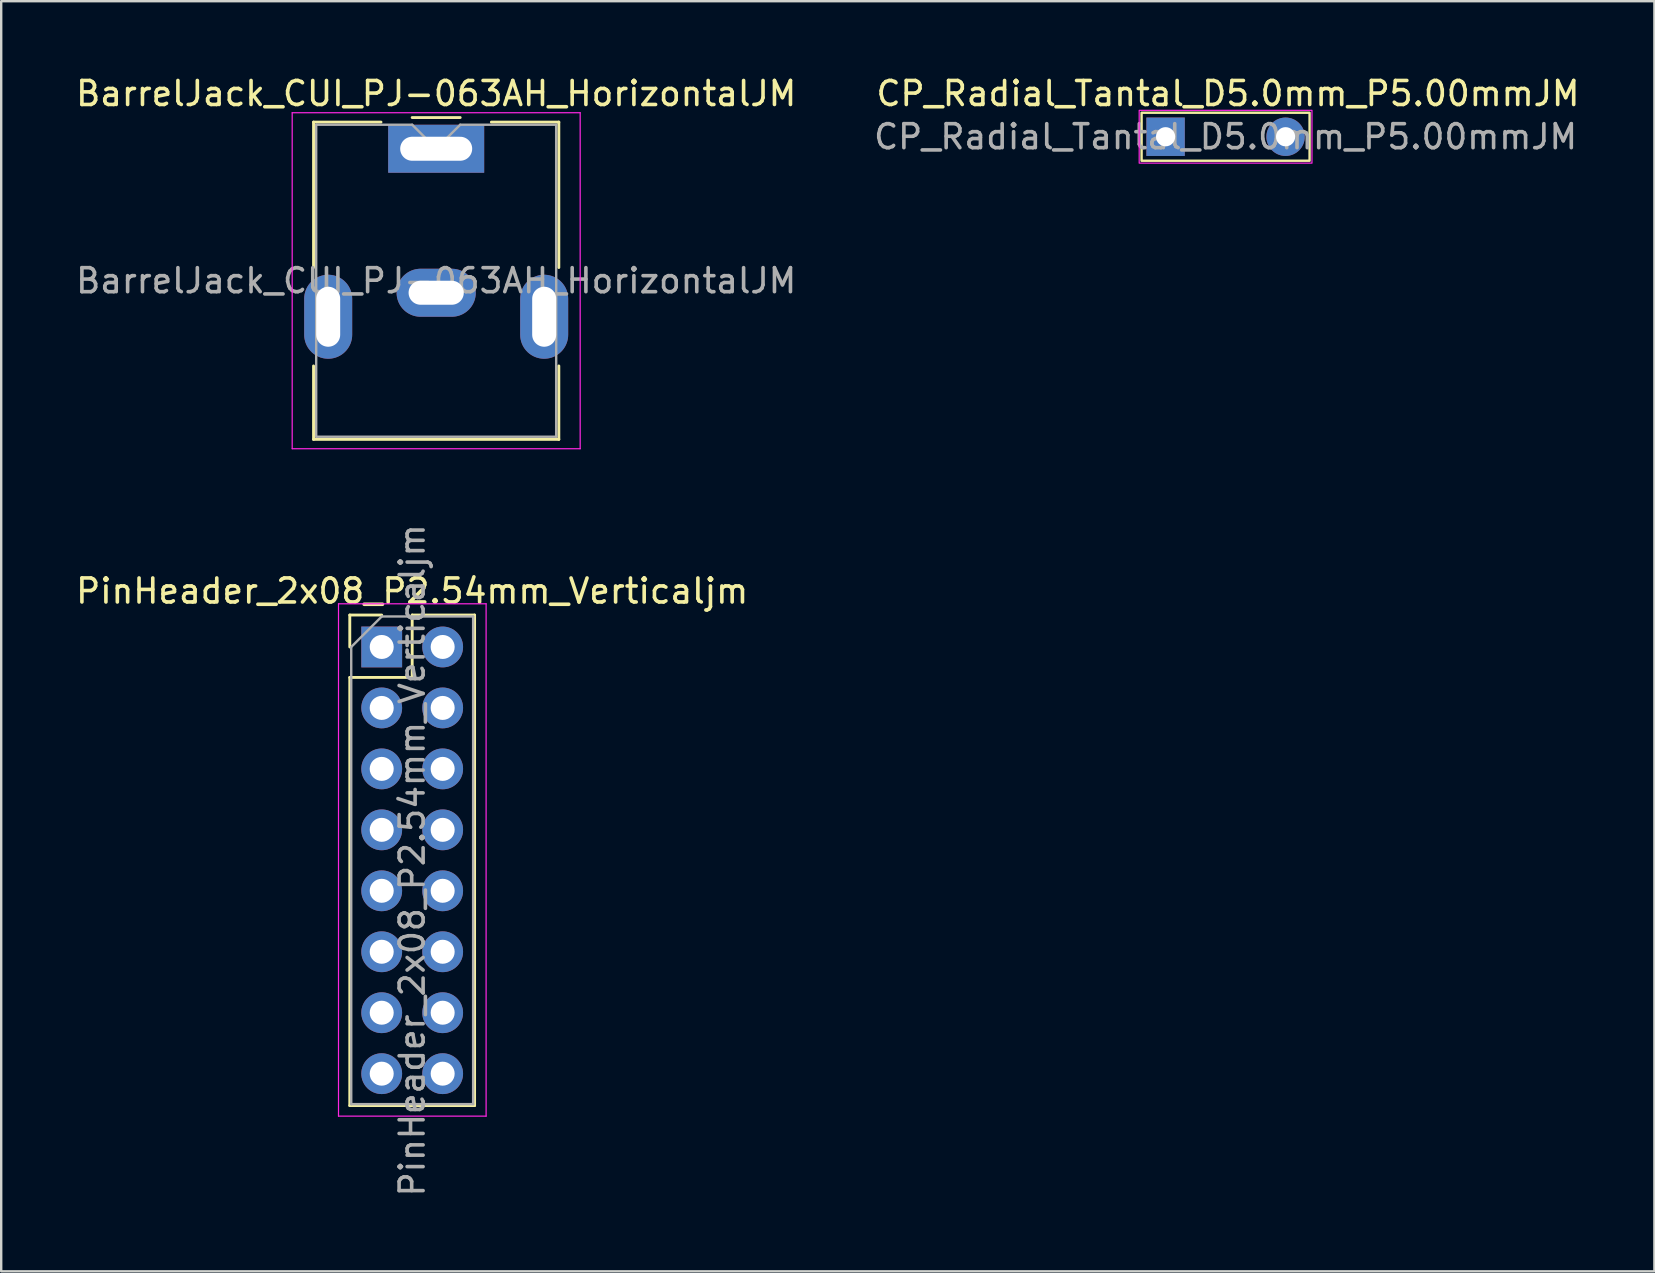
<source format=kicad_pcb>
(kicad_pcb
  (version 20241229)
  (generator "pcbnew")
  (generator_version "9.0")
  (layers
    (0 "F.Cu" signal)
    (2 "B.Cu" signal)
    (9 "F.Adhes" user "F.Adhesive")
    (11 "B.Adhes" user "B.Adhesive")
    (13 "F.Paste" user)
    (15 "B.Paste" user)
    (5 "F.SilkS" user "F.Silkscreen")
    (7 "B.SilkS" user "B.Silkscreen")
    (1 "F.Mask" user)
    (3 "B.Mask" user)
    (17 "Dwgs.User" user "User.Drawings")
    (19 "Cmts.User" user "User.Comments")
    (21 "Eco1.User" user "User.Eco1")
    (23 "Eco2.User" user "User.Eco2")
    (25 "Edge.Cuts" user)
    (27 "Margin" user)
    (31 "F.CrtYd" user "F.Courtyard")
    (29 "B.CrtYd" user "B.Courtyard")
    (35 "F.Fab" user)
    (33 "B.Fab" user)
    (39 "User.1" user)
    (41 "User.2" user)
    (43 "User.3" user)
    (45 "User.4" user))
  (footprint "BarrelJack_CUI_PJ-063AH_HorizontalJM"
    (layer "F.Cu")
    (at 15.125 3.148)
    (property "Reference" "BarrelJack_CUI_PJ-063AH_HorizontalJM" (at 0 -2.3 0) (layer "F.SilkS") (effects (font (size 1 1) (thickness 0.15))))
    (attr through_hole)
    (fp_line (start -5.11 -1.11) (end -2.3 -1.11) (stroke (width 0.12) (type solid)) (layer "F.SilkS"))
    (fp_line (start -5.11 4.95) (end -5.11 -1.11) (stroke (width 0.12) (type solid)) (layer "F.SilkS"))
    (fp_line (start -5.11 12.11) (end -5.11 9.05) (stroke (width 0.12) (type solid)) (layer "F.SilkS"))
    (fp_line (start -1 -1.3) (end 1 -1.3) (stroke (width 0.12) (type solid)) (layer "F.SilkS"))
    (fp_line (start 2.3 -1.11) (end 5.11 -1.11) (stroke (width 0.12) (type solid)) (layer "F.SilkS"))
    (fp_line (start 5.11 -1.11) (end 5.11 4.95) (stroke (width 0.12) (type solid)) (layer "F.SilkS"))
    (fp_line (start 5.11 9.05) (end 5.11 12.11) (stroke (width 0.12) (type solid)) (layer "F.SilkS"))
    (fp_line (start 5.11 12.11) (end -5.11 12.11) (stroke (width 0.12) (type solid)) (layer "F.SilkS"))
    (fp_line (start -6 -1.5) (end -6 12.5) (stroke (width 0.05) (type solid)) (layer "F.CrtYd"))
    (fp_line (start -6 12.5) (end 6 12.5) (stroke (width 0.05) (type solid)) (layer "F.CrtYd"))
    (fp_line (start 6 -1.5) (end -6 -1.5) (stroke (width 0.05) (type solid)) (layer "F.CrtYd"))
    (fp_line (start 6 12.5) (end 6 -1.5) (stroke (width 0.05) (type solid)) (layer "F.CrtYd"))
    (fp_line (start -5 -1) (end -1 -1) (stroke (width 0.1) (type solid)) (layer "F.Fab"))
    (fp_line (start -5 12) (end -5 -1) (stroke (width 0.1) (type solid)) (layer "F.Fab"))
    (fp_line (start -1 -1) (end 0 0) (stroke (width 0.1) (type solid)) (layer "F.Fab"))
    (fp_line (start 0 0) (end 1 -1) (stroke (width 0.1) (type solid)) (layer "F.Fab"))
    (fp_line (start 1 -1) (end 5 -1) (stroke (width 0.1) (type solid)) (layer "F.Fab"))
    (fp_line (start 5 -1) (end 5 12) (stroke (width 0.1) (type solid)) (layer "F.Fab"))
    (fp_line (start 5 12) (end -5 12) (stroke (width 0.1) (type solid)) (layer "F.Fab"))
    (fp_text user "${REFERENCE}" (at 0 5.5 0) (layer "F.Fab") (effects (font (size 1 1) (thickness 0.15))))
    (pad "1" thru_hole rect (at 0 0) (size 4 2) (drill oval 3 1) (layers "*.Cu" "*.Mask"))
    (pad "2" thru_hole oval (at 0 6) (size 3.3 2) (drill oval 2.3 1) (layers "*.Cu" "*.Mask"))
    (pad "MP" thru_hole oval (at -4.5 7) (size 2 3.5) (drill oval 1 2.5) (layers "*.Cu" "*.Mask"))
    (pad "MP" thru_hole oval (at 4.5 7) (size 2 3.5) (drill oval 1 2.5) (layers "*.Cu" "*.Mask")))
  (footprint "PinHeader_2x08_P2.54mm_Verticaljm"
    (layer "F.Cu")
    (at 12.855 23.908)
    (property "Reference" "PinHeader_2x08_P2.54mm_Verticaljm" (at 1.27 -2.33 0) (layer "F.SilkS") (effects (font (size 1 1) (thickness 0.15))))
    (attr through_hole)
    (fp_line (start -1.33 -1.33) (end 0 -1.33) (stroke (width 0.12) (type solid)) (layer "F.SilkS"))
    (fp_line (start -1.33 0) (end -1.33 -1.33) (stroke (width 0.12) (type solid)) (layer "F.SilkS"))
    (fp_line (start -1.33 1.27) (end -1.33 19.11) (stroke (width 0.12) (type solid)) (layer "F.SilkS"))
    (fp_line (start -1.33 1.27) (end 1.27 1.27) (stroke (width 0.12) (type solid)) (layer "F.SilkS"))
    (fp_line (start -1.33 19.11) (end 3.87 19.11) (stroke (width 0.12) (type solid)) (layer "F.SilkS"))
    (fp_line (start 1.27 -1.33) (end 3.87 -1.33) (stroke (width 0.12) (type solid)) (layer "F.SilkS"))
    (fp_line (start 1.27 1.27) (end 1.27 -1.33) (stroke (width 0.12) (type solid)) (layer "F.SilkS"))
    (fp_line (start 3.87 -1.33) (end 3.87 19.11) (stroke (width 0.12) (type solid)) (layer "F.SilkS"))
    (fp_line (start -1.8 -1.8) (end -1.8 19.55) (stroke (width 0.05) (type solid)) (layer "F.CrtYd"))
    (fp_line (start -1.8 19.55) (end 4.35 19.55) (stroke (width 0.05) (type solid)) (layer "F.CrtYd"))
    (fp_line (start 4.35 -1.8) (end -1.8 -1.8) (stroke (width 0.05) (type solid)) (layer "F.CrtYd"))
    (fp_line (start 4.35 19.55) (end 4.35 -1.8) (stroke (width 0.05) (type solid)) (layer "F.CrtYd"))
    (fp_line (start -1.27 0) (end 0 -1.27) (stroke (width 0.1) (type solid)) (layer "F.Fab"))
    (fp_line (start -1.27 19.05) (end -1.27 0) (stroke (width 0.1) (type solid)) (layer "F.Fab"))
    (fp_line (start 0 -1.27) (end 3.81 -1.27) (stroke (width 0.1) (type solid)) (layer "F.Fab"))
    (fp_line (start 3.81 -1.27) (end 3.81 19.05) (stroke (width 0.1) (type solid)) (layer "F.Fab"))
    (fp_line (start 3.81 19.05) (end -1.27 19.05) (stroke (width 0.1) (type solid)) (layer "F.Fab"))
    (fp_text user "${REFERENCE}" (at 1.27 8.89 90) (layer "F.Fab") (effects (font (size 1 1) (thickness 0.15))))
    (pad "1" thru_hole oval (at 2.54 0) (size 1.7 1.7) (drill 1) (layers "*.Cu" "*.Mask"))
    (pad "2" thru_hole rect (at 0 0) (size 1.7 1.7) (drill 1) (layers "*.Cu" "*.Mask"))
    (pad "3" thru_hole oval (at 2.54 2.54) (size 1.7 1.7) (drill 1) (layers "*.Cu" "*.Mask"))
    (pad "4" thru_hole oval (at 0 2.54) (size 1.7 1.7) (drill 1) (layers "*.Cu" "*.Mask"))
    (pad "5" thru_hole oval (at 2.54 5.08) (size 1.7 1.7) (drill 1) (layers "*.Cu" "*.Mask"))
    (pad "6" thru_hole oval (at 0 5.08) (size 1.7 1.7) (drill 1) (layers "*.Cu" "*.Mask"))
    (pad "7" thru_hole oval (at 2.54 7.62) (size 1.7 1.7) (drill 1) (layers "*.Cu" "*.Mask"))
    (pad "8" thru_hole oval (at 0 7.62) (size 1.7 1.7) (drill 1) (layers "*.Cu" "*.Mask"))
    (pad "9" thru_hole oval (at 2.54 10.16) (size 1.7 1.7) (drill 1) (layers "*.Cu" "*.Mask"))
    (pad "10" thru_hole oval (at 0 10.16) (size 1.7 1.7) (drill 1) (layers "*.Cu" "*.Mask"))
    (pad "11" thru_hole oval (at 2.54 12.7) (size 1.7 1.7) (drill 1) (layers "*.Cu" "*.Mask"))
    (pad "12" thru_hole oval (at 0 12.7) (size 1.7 1.7) (drill 1) (layers "*.Cu" "*.Mask"))
    (pad "13" thru_hole oval (at 2.54 15.24) (size 1.7 1.7) (drill 1) (layers "*.Cu" "*.Mask"))
    (pad "14" thru_hole oval (at 0 15.24) (size 1.7 1.7) (drill 1) (layers "*.Cu" "*.Mask"))
    (pad "15" thru_hole oval (at 2.54 17.78) (size 1.7 1.7) (drill 1) (layers "*.Cu" "*.Mask"))
    (pad "16" thru_hole oval (at 0 17.78) (size 1.7 1.7) (drill 1) (layers "*.Cu" "*.Mask")))
  (footprint "CP_Radial_Tantal_D5.0mm_P5.00mmJM"
    (layer "F.Cu")
    (at 45.518 2.648)
    (property "Reference" "CP_Radial_Tantal_D5.0mm_P5.00mmJM" (at 2.6 -1.8 0) (layer "F.SilkS") (effects (font (size 1 1) (thickness 0.15))))
    (attr through_hole)
    (fp_rect (start 6 -1) (end -1 1) (stroke (width 0.1) (type default)) (fill no) (layer "F.SilkS"))
    (fp_rect (start -1.1 -1.1) (end 6.1 1.1) (stroke (width 0.05) (type default)) (fill no) (layer "F.CrtYd"))
    (fp_text user "${REFERENCE}" (at 2.5 0 0) (layer "F.Fab") (effects (font (size 1 1) (thickness 0.15))))
    (pad "1" thru_hole rect (at 0 0) (size 1.6 1.6) (drill 0.8) (layers "*.Cu" "*.Mask"))
    (pad "2" thru_hole circle (at 5 0) (size 1.6 1.6) (drill 0.8) (layers "*.Cu" "*.Mask")))
  (gr_rect
    (start -3 -3)
    (end 65.886 49.923)
    (stroke (width 0.1) (type default))
    (fill no)
    (layer "Edge.Cuts")))
</source>
